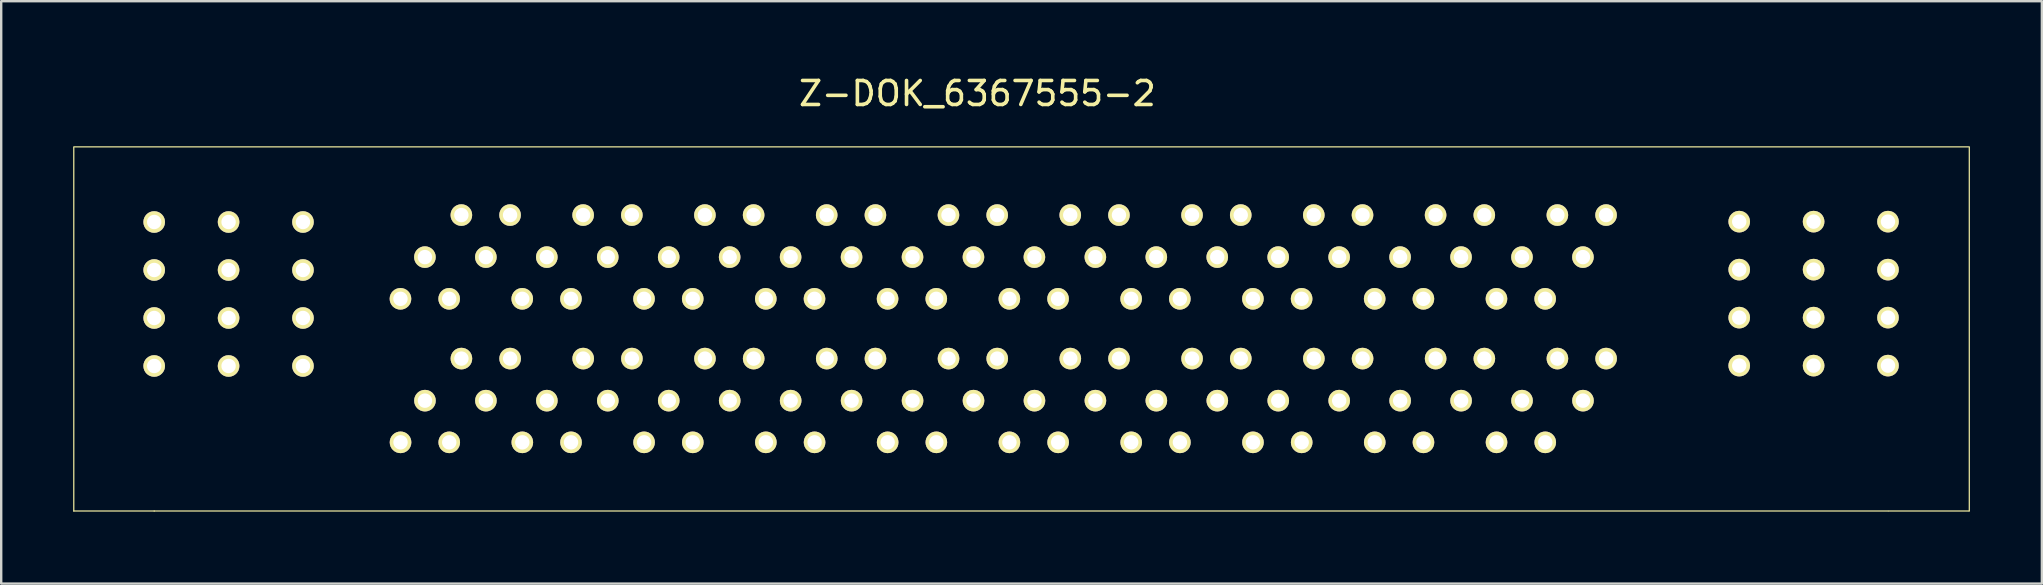
<source format=kicad_pcb>
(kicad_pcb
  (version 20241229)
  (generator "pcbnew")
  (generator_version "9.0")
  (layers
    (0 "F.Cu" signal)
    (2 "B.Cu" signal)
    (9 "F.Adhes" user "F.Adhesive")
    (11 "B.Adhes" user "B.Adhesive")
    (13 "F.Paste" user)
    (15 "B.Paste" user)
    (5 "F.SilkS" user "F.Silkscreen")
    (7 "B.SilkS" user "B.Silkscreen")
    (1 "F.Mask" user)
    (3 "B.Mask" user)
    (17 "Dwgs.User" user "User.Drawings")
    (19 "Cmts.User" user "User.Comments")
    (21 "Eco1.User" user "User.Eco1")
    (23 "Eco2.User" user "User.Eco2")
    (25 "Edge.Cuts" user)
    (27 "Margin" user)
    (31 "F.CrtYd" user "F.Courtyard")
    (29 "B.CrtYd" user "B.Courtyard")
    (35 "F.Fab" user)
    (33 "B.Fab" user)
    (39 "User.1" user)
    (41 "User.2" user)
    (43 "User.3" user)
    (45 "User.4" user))
  (footprint "Z-DOK_6367555-2"
    (layer "F.Cu")
    (at 14.376 5.547)
    (property "Reference" "Z-DOK_6367555-2" (at 23.305 -4.699 0) (layer "F.SilkS") (effects (font (size 1 1) (thickness 0.15))))
    (attr through_hole)
    (fp_line (start -14.351 12.7) (end -14.351 -2.45) (stroke (width 0.05) (type solid)) (layer "F.SilkS"))
    (fp_line (start -11 12.7) (end -14.35 12.7) (stroke (width 0.05) (type solid)) (layer "F.SilkS"))
    (fp_line (start -11 12.7) (end 61.25 12.7) (stroke (width 0.05) (type solid)) (layer "F.SilkS"))
    (fp_line (start 64.625 12.7) (end 61.275 12.7) (stroke (width 0.05) (type solid)) (layer "F.SilkS"))
    (fp_line (start 64.643 -2.477) (end -14.351 -2.477) (stroke (width 0.05) (type solid)) (layer "F.SilkS"))
    (fp_line (start 64.643 12.7) (end 64.643 -2.45) (stroke (width 0.05) (type solid)) (layer "F.SilkS"))
    (pad "D1" thru_hole circle (at 46.968 3.856 180) (size 0.9 0.9) (drill 0.6) (layers "*.Cu" "*.Mask" "F.SilkS"))
    (pad "D1" thru_hole circle (at 46.971 9.837 180) (size 0.9 0.9) (drill 0.6) (layers "*.Cu" "*.Mask" "F.SilkS"))
    (pad "D2" thru_hole circle (at 44.938 3.856 180) (size 0.9 0.9) (drill 0.6) (layers "*.Cu" "*.Mask" "F.SilkS"))
    (pad "D2" thru_hole circle (at 44.941 9.837 180) (size 0.9 0.9) (drill 0.6) (layers "*.Cu" "*.Mask" "F.SilkS"))
    (pad "D3" thru_hole circle (at 41.893 3.856 180) (size 0.9 0.9) (drill 0.6) (layers "*.Cu" "*.Mask" "F.SilkS"))
    (pad "D3" thru_hole circle (at 41.896 9.837 180) (size 0.9 0.9) (drill 0.6) (layers "*.Cu" "*.Mask" "F.SilkS"))
    (pad "D4" thru_hole circle (at 39.863 3.856 180) (size 0.9 0.9) (drill 0.6) (layers "*.Cu" "*.Mask" "F.SilkS"))
    (pad "D4" thru_hole circle (at 39.866 9.837 180) (size 0.9 0.9) (drill 0.6) (layers "*.Cu" "*.Mask" "F.SilkS"))
    (pad "D5" thru_hole circle (at 36.818 3.856 180) (size 0.9 0.9) (drill 0.6) (layers "*.Cu" "*.Mask" "F.SilkS"))
    (pad "D5" thru_hole circle (at 36.821 9.837 180) (size 0.9 0.9) (drill 0.6) (layers "*.Cu" "*.Mask" "F.SilkS"))
    (pad "D6" thru_hole circle (at 34.788 3.856 180) (size 0.9 0.9) (drill 0.6) (layers "*.Cu" "*.Mask" "F.SilkS"))
    (pad "D6" thru_hole circle (at 34.791 9.837 180) (size 0.9 0.9) (drill 0.6) (layers "*.Cu" "*.Mask" "F.SilkS"))
    (pad "D7" thru_hole circle (at 31.743 3.856 180) (size 0.9 0.9) (drill 0.6) (layers "*.Cu" "*.Mask" "F.SilkS"))
    (pad "D7" thru_hole circle (at 31.746 9.837 180) (size 0.9 0.9) (drill 0.6) (layers "*.Cu" "*.Mask" "F.SilkS"))
    (pad "D8" thru_hole circle (at 29.713 3.856 180) (size 0.9 0.9) (drill 0.6) (layers "*.Cu" "*.Mask" "F.SilkS"))
    (pad "D8" thru_hole circle (at 29.716 9.837 180) (size 0.9 0.9) (drill 0.6) (layers "*.Cu" "*.Mask" "F.SilkS"))
    (pad "D9" thru_hole circle (at 26.668 3.856 180) (size 0.9 0.9) (drill 0.6) (layers "*.Cu" "*.Mask" "F.SilkS"))
    (pad "D9" thru_hole circle (at 26.671 9.837 180) (size 0.9 0.9) (drill 0.6) (layers "*.Cu" "*.Mask" "F.SilkS"))
    (pad "D10" thru_hole circle (at 24.638 3.856 180) (size 0.9 0.9) (drill 0.6) (layers "*.Cu" "*.Mask" "F.SilkS"))
    (pad "D10" thru_hole circle (at 24.641 9.837 180) (size 0.9 0.9) (drill 0.6) (layers "*.Cu" "*.Mask" "F.SilkS"))
    (pad "D11" thru_hole circle (at 21.593 3.856 180) (size 0.9 0.9) (drill 0.6) (layers "*.Cu" "*.Mask" "F.SilkS"))
    (pad "D11" thru_hole circle (at 21.596 9.837 180) (size 0.9 0.9) (drill 0.6) (layers "*.Cu" "*.Mask" "F.SilkS"))
    (pad "D12" thru_hole circle (at 19.563 3.856 180) (size 0.9 0.9) (drill 0.6) (layers "*.Cu" "*.Mask" "F.SilkS"))
    (pad "D12" thru_hole circle (at 19.566 9.837 180) (size 0.9 0.9) (drill 0.6) (layers "*.Cu" "*.Mask" "F.SilkS"))
    (pad "D13" thru_hole circle (at 16.518 3.856 180) (size 0.9 0.9) (drill 0.6) (layers "*.Cu" "*.Mask" "F.SilkS"))
    (pad "D13" thru_hole circle (at 16.521 9.837 180) (size 0.9 0.9) (drill 0.6) (layers "*.Cu" "*.Mask" "F.SilkS"))
    (pad "D14" thru_hole circle (at 14.488 3.856 180) (size 0.9 0.9) (drill 0.6) (layers "*.Cu" "*.Mask" "F.SilkS"))
    (pad "D14" thru_hole circle (at 14.491 9.837 180) (size 0.9 0.9) (drill 0.6) (layers "*.Cu" "*.Mask" "F.SilkS"))
    (pad "D15" thru_hole circle (at 11.443 3.856 180) (size 0.9 0.9) (drill 0.6) (layers "*.Cu" "*.Mask" "F.SilkS"))
    (pad "D15" thru_hole circle (at 11.446 9.837 180) (size 0.9 0.9) (drill 0.6) (layers "*.Cu" "*.Mask" "F.SilkS"))
    (pad "D16" thru_hole circle (at 9.413 3.856 180) (size 0.9 0.9) (drill 0.6) (layers "*.Cu" "*.Mask" "F.SilkS"))
    (pad "D16" thru_hole circle (at 9.416 9.837 180) (size 0.9 0.9) (drill 0.6) (layers "*.Cu" "*.Mask" "F.SilkS"))
    (pad "D17" thru_hole circle (at 6.368 3.856 180) (size 0.9 0.9) (drill 0.6) (layers "*.Cu" "*.Mask" "F.SilkS"))
    (pad "D17" thru_hole circle (at 6.371 9.837 180) (size 0.9 0.9) (drill 0.6) (layers "*.Cu" "*.Mask" "F.SilkS"))
    (pad "D18" thru_hole circle (at 4.338 3.856 180) (size 0.9 0.9) (drill 0.6) (layers "*.Cu" "*.Mask" "F.SilkS"))
    (pad "D18" thru_hole circle (at 4.341 9.837 180) (size 0.9 0.9) (drill 0.6) (layers "*.Cu" "*.Mask" "F.SilkS"))
    (pad "D19" thru_hole circle (at 1.293 3.856 180) (size 0.9 0.9) (drill 0.6) (layers "*.Cu" "*.Mask" "F.SilkS"))
    (pad "D19" thru_hole circle (at 1.296 9.837 180) (size 0.9 0.9) (drill 0.6) (layers "*.Cu" "*.Mask" "F.SilkS"))
    (pad "D20" thru_hole circle (at -0.737 3.856 180) (size 0.9 0.9) (drill 0.6) (layers "*.Cu" "*.Mask" "F.SilkS"))
    (pad "D20" thru_hole circle (at -0.734 9.837 180) (size 0.9 0.9) (drill 0.6) (layers "*.Cu" "*.Mask" "F.SilkS"))
    (pad "E1" thru_hole circle (at 48.542 2.118 180) (size 0.9 0.9) (drill 0.6) (layers "*.Cu" "*.Mask" "F.SilkS"))
    (pad "E1" thru_hole circle (at 48.544 8.1 180) (size 0.9 0.9) (drill 0.6) (layers "*.Cu" "*.Mask" "F.SilkS"))
    (pad "E2" thru_hole circle (at 46.002 2.118 180) (size 0.9 0.9) (drill 0.6) (layers "*.Cu" "*.Mask" "F.SilkS"))
    (pad "E2" thru_hole circle (at 46.004 8.1 180) (size 0.9 0.9) (drill 0.6) (layers "*.Cu" "*.Mask" "F.SilkS"))
    (pad "E3" thru_hole circle (at 43.462 2.118 180) (size 0.9 0.9) (drill 0.6) (layers "*.Cu" "*.Mask" "F.SilkS"))
    (pad "E3" thru_hole circle (at 43.464 8.1 180) (size 0.9 0.9) (drill 0.6) (layers "*.Cu" "*.Mask" "F.SilkS"))
    (pad "E4" thru_hole circle (at 40.922 2.118 180) (size 0.9 0.9) (drill 0.6) (layers "*.Cu" "*.Mask" "F.SilkS"))
    (pad "E4" thru_hole circle (at 40.924 8.1 180) (size 0.9 0.9) (drill 0.6) (layers "*.Cu" "*.Mask" "F.SilkS"))
    (pad "E5" thru_hole circle (at 38.382 2.118 180) (size 0.9 0.9) (drill 0.6) (layers "*.Cu" "*.Mask" "F.SilkS"))
    (pad "E5" thru_hole circle (at 38.384 8.1 180) (size 0.9 0.9) (drill 0.6) (layers "*.Cu" "*.Mask" "F.SilkS"))
    (pad "E6" thru_hole circle (at 35.842 2.118 180) (size 0.9 0.9) (drill 0.6) (layers "*.Cu" "*.Mask" "F.SilkS"))
    (pad "E6" thru_hole circle (at 35.844 8.1 180) (size 0.9 0.9) (drill 0.6) (layers "*.Cu" "*.Mask" "F.SilkS"))
    (pad "E7" thru_hole circle (at 33.302 2.118 180) (size 0.9 0.9) (drill 0.6) (layers "*.Cu" "*.Mask" "F.SilkS"))
    (pad "E7" thru_hole circle (at 33.304 8.1 180) (size 0.9 0.9) (drill 0.6) (layers "*.Cu" "*.Mask" "F.SilkS"))
    (pad "E8" thru_hole circle (at 30.762 2.118 180) (size 0.9 0.9) (drill 0.6) (layers "*.Cu" "*.Mask" "F.SilkS"))
    (pad "E8" thru_hole circle (at 30.764 8.1 180) (size 0.9 0.9) (drill 0.6) (layers "*.Cu" "*.Mask" "F.SilkS"))
    (pad "E9" thru_hole circle (at 28.222 2.118 180) (size 0.9 0.9) (drill 0.6) (layers "*.Cu" "*.Mask" "F.SilkS"))
    (pad "E9" thru_hole circle (at 28.224 8.1 180) (size 0.9 0.9) (drill 0.6) (layers "*.Cu" "*.Mask" "F.SilkS"))
    (pad "E10" thru_hole circle (at 25.682 2.118 180) (size 0.9 0.9) (drill 0.6) (layers "*.Cu" "*.Mask" "F.SilkS"))
    (pad "E10" thru_hole circle (at 25.684 8.1 180) (size 0.9 0.9) (drill 0.6) (layers "*.Cu" "*.Mask" "F.SilkS"))
    (pad "E11" thru_hole circle (at 23.142 2.118 180) (size 0.9 0.9) (drill 0.6) (layers "*.Cu" "*.Mask" "F.SilkS"))
    (pad "E11" thru_hole circle (at 23.144 8.1 180) (size 0.9 0.9) (drill 0.6) (layers "*.Cu" "*.Mask" "F.SilkS"))
    (pad "E12" thru_hole circle (at 20.602 2.118 180) (size 0.9 0.9) (drill 0.6) (layers "*.Cu" "*.Mask" "F.SilkS"))
    (pad "E12" thru_hole circle (at 20.604 8.1 180) (size 0.9 0.9) (drill 0.6) (layers "*.Cu" "*.Mask" "F.SilkS"))
    (pad "E13" thru_hole circle (at 18.062 2.118 180) (size 0.9 0.9) (drill 0.6) (layers "*.Cu" "*.Mask" "F.SilkS"))
    (pad "E13" thru_hole circle (at 18.064 8.1 180) (size 0.9 0.9) (drill 0.6) (layers "*.Cu" "*.Mask" "F.SilkS"))
    (pad "E14" thru_hole circle (at 15.522 2.118 180) (size 0.9 0.9) (drill 0.6) (layers "*.Cu" "*.Mask" "F.SilkS"))
    (pad "E14" thru_hole circle (at 15.524 8.1 180) (size 0.9 0.9) (drill 0.6) (layers "*.Cu" "*.Mask" "F.SilkS"))
    (pad "E15" thru_hole circle (at 12.982 2.118 180) (size 0.9 0.9) (drill 0.6) (layers "*.Cu" "*.Mask" "F.SilkS"))
    (pad "E15" thru_hole circle (at 12.984 8.1 180) (size 0.9 0.9) (drill 0.6) (layers "*.Cu" "*.Mask" "F.SilkS"))
    (pad "E16" thru_hole circle (at 10.442 2.118 180) (size 0.9 0.9) (drill 0.6) (layers "*.Cu" "*.Mask" "F.SilkS"))
    (pad "E16" thru_hole circle (at 10.444 8.1 180) (size 0.9 0.9) (drill 0.6) (layers "*.Cu" "*.Mask" "F.SilkS"))
    (pad "E17" thru_hole circle (at 7.902 2.118 180) (size 0.9 0.9) (drill 0.6) (layers "*.Cu" "*.Mask" "F.SilkS"))
    (pad "E17" thru_hole circle (at 7.904 8.1 180) (size 0.9 0.9) (drill 0.6) (layers "*.Cu" "*.Mask" "F.SilkS"))
    (pad "E18" thru_hole circle (at 5.362 2.118 180) (size 0.9 0.9) (drill 0.6) (layers "*.Cu" "*.Mask" "F.SilkS"))
    (pad "E18" thru_hole circle (at 5.364 8.1 180) (size 0.9 0.9) (drill 0.6) (layers "*.Cu" "*.Mask" "F.SilkS"))
    (pad "E19" thru_hole circle (at 2.822 2.118 180) (size 0.9 0.9) (drill 0.6) (layers "*.Cu" "*.Mask" "F.SilkS"))
    (pad "E19" thru_hole circle (at 2.824 8.1 180) (size 0.9 0.9) (drill 0.6) (layers "*.Cu" "*.Mask" "F.SilkS"))
    (pad "E20" thru_hole circle (at 0.282 2.118 180) (size 0.9 0.9) (drill 0.6) (layers "*.Cu" "*.Mask" "F.SilkS"))
    (pad "E20" thru_hole circle (at 0.284 8.1 180) (size 0.9 0.9) (drill 0.6) (layers "*.Cu" "*.Mask" "F.SilkS"))
    (pad "F1" thru_hole circle (at 49.506 0.366 180) (size 0.9 0.9) (drill 0.6) (layers "*.Cu" "*.Mask" "F.SilkS"))
    (pad "F1" thru_hole circle (at 49.508 6.347 180) (size 0.9 0.9) (drill 0.6) (layers "*.Cu" "*.Mask" "F.SilkS"))
    (pad "F2" thru_hole circle (at 47.476 0.366 180) (size 0.9 0.9) (drill 0.6) (layers "*.Cu" "*.Mask" "F.SilkS"))
    (pad "F2" thru_hole circle (at 47.478 6.347 180) (size 0.9 0.9) (drill 0.6) (layers "*.Cu" "*.Mask" "F.SilkS"))
    (pad "F3" thru_hole circle (at 44.431 0.366 180) (size 0.9 0.9) (drill 0.6) (layers "*.Cu" "*.Mask" "F.SilkS"))
    (pad "F3" thru_hole circle (at 44.433 6.347 180) (size 0.9 0.9) (drill 0.6) (layers "*.Cu" "*.Mask" "F.SilkS"))
    (pad "F4" thru_hole circle (at 42.401 0.366 180) (size 0.9 0.9) (drill 0.6) (layers "*.Cu" "*.Mask" "F.SilkS"))
    (pad "F4" thru_hole circle (at 42.403 6.347 180) (size 0.9 0.9) (drill 0.6) (layers "*.Cu" "*.Mask" "F.SilkS"))
    (pad "F5" thru_hole circle (at 39.356 0.366 180) (size 0.9 0.9) (drill 0.6) (layers "*.Cu" "*.Mask" "F.SilkS"))
    (pad "F5" thru_hole circle (at 39.358 6.347 180) (size 0.9 0.9) (drill 0.6) (layers "*.Cu" "*.Mask" "F.SilkS"))
    (pad "F6" thru_hole circle (at 37.326 0.366 180) (size 0.9 0.9) (drill 0.6) (layers "*.Cu" "*.Mask" "F.SilkS"))
    (pad "F6" thru_hole circle (at 37.328 6.347 180) (size 0.9 0.9) (drill 0.6) (layers "*.Cu" "*.Mask" "F.SilkS"))
    (pad "F7" thru_hole circle (at 34.281 0.366 180) (size 0.9 0.9) (drill 0.6) (layers "*.Cu" "*.Mask" "F.SilkS"))
    (pad "F7" thru_hole circle (at 34.283 6.347 180) (size 0.9 0.9) (drill 0.6) (layers "*.Cu" "*.Mask" "F.SilkS"))
    (pad "F8" thru_hole circle (at 32.251 0.366 180) (size 0.9 0.9) (drill 0.6) (layers "*.Cu" "*.Mask" "F.SilkS"))
    (pad "F8" thru_hole circle (at 32.253 6.347 180) (size 0.9 0.9) (drill 0.6) (layers "*.Cu" "*.Mask" "F.SilkS"))
    (pad "F9" thru_hole circle (at 29.206 0.366 180) (size 0.9 0.9) (drill 0.6) (layers "*.Cu" "*.Mask" "F.SilkS"))
    (pad "F9" thru_hole circle (at 29.208 6.347 180) (size 0.9 0.9) (drill 0.6) (layers "*.Cu" "*.Mask" "F.SilkS"))
    (pad "F10" thru_hole circle (at 27.176 0.366 180) (size 0.9 0.9) (drill 0.6) (layers "*.Cu" "*.Mask" "F.SilkS"))
    (pad "F10" thru_hole circle (at 27.178 6.347 180) (size 0.9 0.9) (drill 0.6) (layers "*.Cu" "*.Mask" "F.SilkS"))
    (pad "F11" thru_hole circle (at 24.131 0.366 180) (size 0.9 0.9) (drill 0.6) (layers "*.Cu" "*.Mask" "F.SilkS"))
    (pad "F11" thru_hole circle (at 24.133 6.347 180) (size 0.9 0.9) (drill 0.6) (layers "*.Cu" "*.Mask" "F.SilkS"))
    (pad "F12" thru_hole circle (at 22.101 0.366 180) (size 0.9 0.9) (drill 0.6) (layers "*.Cu" "*.Mask" "F.SilkS"))
    (pad "F12" thru_hole circle (at 22.103 6.347 180) (size 0.9 0.9) (drill 0.6) (layers "*.Cu" "*.Mask" "F.SilkS"))
    (pad "F13" thru_hole circle (at 19.056 0.366 180) (size 0.9 0.9) (drill 0.6) (layers "*.Cu" "*.Mask" "F.SilkS"))
    (pad "F13" thru_hole circle (at 19.058 6.347 180) (size 0.9 0.9) (drill 0.6) (layers "*.Cu" "*.Mask" "F.SilkS"))
    (pad "F14" thru_hole circle (at 17.026 0.366 180) (size 0.9 0.9) (drill 0.6) (layers "*.Cu" "*.Mask" "F.SilkS"))
    (pad "F14" thru_hole circle (at 17.028 6.347 180) (size 0.9 0.9) (drill 0.6) (layers "*.Cu" "*.Mask" "F.SilkS"))
    (pad "F15" thru_hole circle (at 13.981 0.366 180) (size 0.9 0.9) (drill 0.6) (layers "*.Cu" "*.Mask" "F.SilkS"))
    (pad "F15" thru_hole circle (at 13.983 6.347 180) (size 0.9 0.9) (drill 0.6) (layers "*.Cu" "*.Mask" "F.SilkS"))
    (pad "F16" thru_hole circle (at 11.951 0.366 180) (size 0.9 0.9) (drill 0.6) (layers "*.Cu" "*.Mask" "F.SilkS"))
    (pad "F16" thru_hole circle (at 11.953 6.347 180) (size 0.9 0.9) (drill 0.6) (layers "*.Cu" "*.Mask" "F.SilkS"))
    (pad "F17" thru_hole circle (at 8.906 0.366 180) (size 0.9 0.9) (drill 0.6) (layers "*.Cu" "*.Mask" "F.SilkS"))
    (pad "F17" thru_hole circle (at 8.908 6.347 180) (size 0.9 0.9) (drill 0.6) (layers "*.Cu" "*.Mask" "F.SilkS"))
    (pad "F18" thru_hole circle (at 6.876 0.366 180) (size 0.9 0.9) (drill 0.6) (layers "*.Cu" "*.Mask" "F.SilkS"))
    (pad "F18" thru_hole circle (at 6.878 6.347 180) (size 0.9 0.9) (drill 0.6) (layers "*.Cu" "*.Mask" "F.SilkS"))
    (pad "F19" thru_hole circle (at 3.831 0.366 180) (size 0.9 0.9) (drill 0.6) (layers "*.Cu" "*.Mask" "F.SilkS"))
    (pad "F19" thru_hole circle (at 3.833 6.347 180) (size 0.9 0.9) (drill 0.6) (layers "*.Cu" "*.Mask" "F.SilkS"))
    (pad "F20" thru_hole circle (at 1.801 0.366 180) (size 0.9 0.9) (drill 0.6) (layers "*.Cu" "*.Mask" "F.SilkS"))
    (pad "F20" thru_hole circle (at 1.803 6.347 180) (size 0.9 0.9) (drill 0.6) (layers "*.Cu" "*.Mask" "F.SilkS"))
    (pad "W1" thru_hole circle (at -11 6.655) (size 0.9 0.9) (drill 0.6) (layers "*.Cu" "*.Mask" "F.SilkS"))
    (pad "W2" thru_hole circle (at -7.9 6.655) (size 0.9 0.9) (drill 0.6) (layers "*.Cu" "*.Mask" "F.SilkS"))
    (pad "W3" thru_hole circle (at -4.8 6.655) (size 0.9 0.9) (drill 0.6) (layers "*.Cu" "*.Mask" "F.SilkS"))
    (pad "W4" thru_hole circle (at 55.055 6.64) (size 0.9 0.9) (drill 0.6) (layers "*.Cu" "*.Mask" "F.SilkS"))
    (pad "W5" thru_hole circle (at 58.155 6.64) (size 0.9 0.9) (drill 0.6) (layers "*.Cu" "*.Mask" "F.SilkS"))
    (pad "W6" thru_hole circle (at 61.255 6.64) (size 0.9 0.9) (drill 0.6) (layers "*.Cu" "*.Mask" "F.SilkS"))
    (pad "X1" thru_hole circle (at -11 4.655) (size 0.9 0.9) (drill 0.6) (layers "*.Cu" "*.Mask" "F.SilkS"))
    (pad "X2" thru_hole circle (at -7.9 4.655) (size 0.9 0.9) (drill 0.6) (layers "*.Cu" "*.Mask" "F.SilkS"))
    (pad "X3" thru_hole circle (at -4.8 4.655) (size 0.9 0.9) (drill 0.6) (layers "*.Cu" "*.Mask" "F.SilkS"))
    (pad "X4" thru_hole circle (at 55.055 4.64) (size 0.9 0.9) (drill 0.6) (layers "*.Cu" "*.Mask" "F.SilkS"))
    (pad "X5" thru_hole circle (at 58.155 4.64) (size 0.9 0.9) (drill 0.6) (layers "*.Cu" "*.Mask" "F.SilkS"))
    (pad "X6" thru_hole circle (at 61.255 4.64) (size 0.9 0.9) (drill 0.6) (layers "*.Cu" "*.Mask" "F.SilkS"))
    (pad "Y1" thru_hole circle (at -11 2.655) (size 0.9 0.9) (drill 0.6) (layers "*.Cu" "*.Mask" "F.SilkS"))
    (pad "Y2" thru_hole circle (at -7.9 2.655) (size 0.9 0.9) (drill 0.6) (layers "*.Cu" "*.Mask" "F.SilkS"))
    (pad "Y3" thru_hole circle (at -4.8 2.655) (size 0.9 0.9) (drill 0.6) (layers "*.Cu" "*.Mask" "F.SilkS"))
    (pad "Y4" thru_hole circle (at 55.055 2.64) (size 0.9 0.9) (drill 0.6) (layers "*.Cu" "*.Mask" "F.SilkS"))
    (pad "Y5" thru_hole circle (at 58.155 2.64) (size 0.9 0.9) (drill 0.6) (layers "*.Cu" "*.Mask" "F.SilkS"))
    (pad "Y6" thru_hole circle (at 61.255 2.64) (size 0.9 0.9) (drill 0.6) (layers "*.Cu" "*.Mask" "F.SilkS"))
    (pad "Z1" thru_hole circle (at -11 0.655) (size 0.9 0.9) (drill 0.6) (layers "*.Cu" "*.Mask" "F.SilkS"))
    (pad "Z2" thru_hole circle (at -7.9 0.655) (size 0.9 0.9) (drill 0.6) (layers "*.Cu" "*.Mask" "F.SilkS"))
    (pad "Z3" thru_hole circle (at -4.8 0.655) (size 0.9 0.9) (drill 0.6) (layers "*.Cu" "*.Mask" "F.SilkS"))
    (pad "Z4" thru_hole circle (at 55.055 0.64) (size 0.9 0.9) (drill 0.6) (layers "*.Cu" "*.Mask" "F.SilkS"))
    (pad "Z5" thru_hole circle (at 58.155 0.64) (size 0.9 0.9) (drill 0.6) (layers "*.Cu" "*.Mask" "F.SilkS"))
    (pad "Z6" thru_hole circle (at 61.255 0.64) (size 0.9 0.9) (drill 0.6) (layers "*.Cu" "*.Mask" "F.SilkS")))
  (gr_rect
    (start -3 -3)
    (end 82.044 21.272)
    (stroke (width 0.1) (type default))
    (fill no)
    (layer "Edge.Cuts")))
</source>
